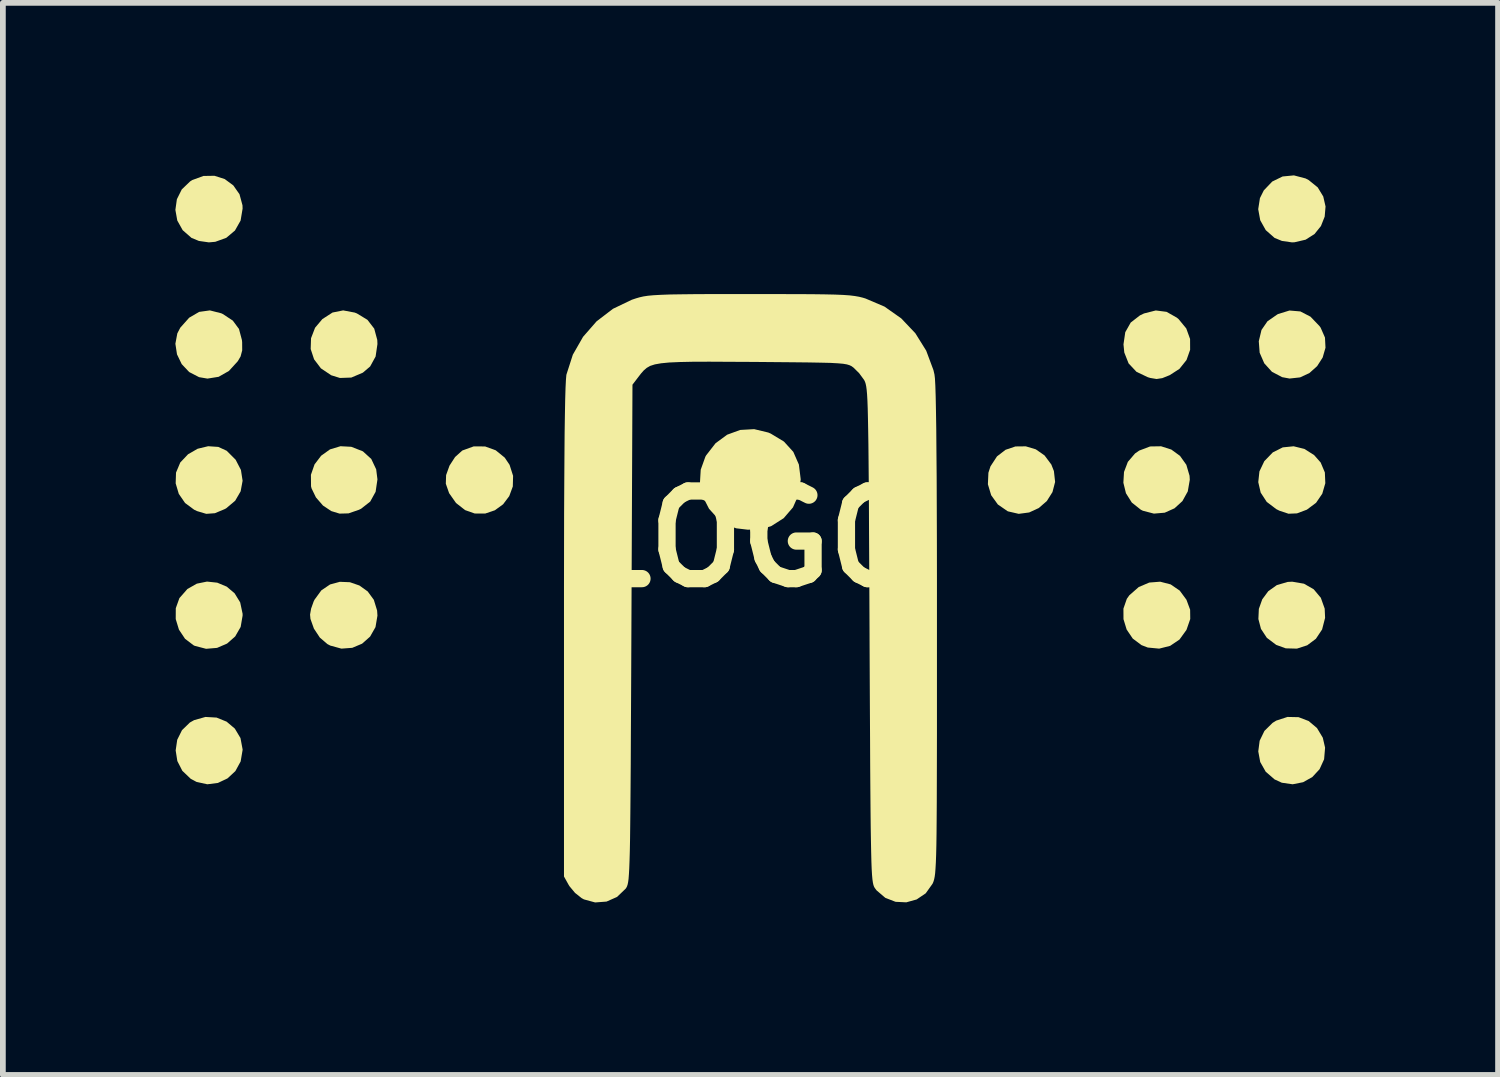
<source format=kicad_pcb>
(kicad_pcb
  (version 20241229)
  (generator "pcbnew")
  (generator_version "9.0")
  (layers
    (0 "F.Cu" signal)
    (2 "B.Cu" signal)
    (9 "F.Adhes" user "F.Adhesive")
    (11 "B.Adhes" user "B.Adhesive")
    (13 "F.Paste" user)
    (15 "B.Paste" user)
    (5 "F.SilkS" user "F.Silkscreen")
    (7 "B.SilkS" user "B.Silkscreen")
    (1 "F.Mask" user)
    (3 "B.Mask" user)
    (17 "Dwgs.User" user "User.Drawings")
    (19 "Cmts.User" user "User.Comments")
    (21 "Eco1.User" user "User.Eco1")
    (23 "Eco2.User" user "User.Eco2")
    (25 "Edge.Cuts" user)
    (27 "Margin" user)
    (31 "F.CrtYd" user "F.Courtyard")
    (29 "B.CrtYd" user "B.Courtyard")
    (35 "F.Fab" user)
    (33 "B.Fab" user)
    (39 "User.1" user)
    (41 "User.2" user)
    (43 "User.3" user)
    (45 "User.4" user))
  (footprint "LOGO"
    (layer "F.Cu")
    (at 10.001 6.323)
    (property "Reference" "LOGO" (at 0 0 0) (layer "F.SilkS") (effects (font (size 1.524 1.524) (thickness 0.3))))
    (attr board_only exclude_from_pos_files exclude_from_bom)
    (fp_poly (pts (xy -6.882 -3.937) (xy -6.844 -3.922) (xy -6.661 -3.811) (xy -6.543 -3.658) (xy -6.49 -3.461) (xy -6.487 -3.39) (xy -6.519 -3.173) (xy -6.614 -3) (xy -6.741 -2.892) (xy -6.941 -2.807) (xy -7.14 -2.8) (xy -7.291 -2.847) (xy -7.47 -2.967) (xy -7.589 -3.124) (xy -7.648 -3.303) (xy -7.642 -3.491) (xy -7.572 -3.673) (xy -7.445 -3.824) (xy -7.268 -3.938) (xy -7.083 -3.975)) (stroke (width 0) (type solid)) (fill yes) (layer "F.SilkS"))
    (fp_poly (pts (xy 9.532 3.099) (xy 9.707 3.166) (xy 9.852 3.288) (xy 9.953 3.456) (xy 9.993 3.629) (xy 9.976 3.831) (xy 9.897 4.004) (xy 9.771 4.14) (xy 9.611 4.23) (xy 9.429 4.266) (xy 9.24 4.239) (xy 9.114 4.181) (xy 8.96 4.047) (xy 8.865 3.879) (xy 8.831 3.694) (xy 8.855 3.509) (xy 8.938 3.338) (xy 9.08 3.198) (xy 9.143 3.159) (xy 9.339 3.095)) (stroke (width 0) (type solid)) (fill yes) (layer "F.SilkS"))
    (fp_poly (pts (xy 9.626 0.778) (xy 9.795 0.875) (xy 9.919 1.023) (xy 9.986 1.211) (xy 9.993 1.372) (xy 9.941 1.574) (xy 9.833 1.736) (xy 9.682 1.849) (xy 9.503 1.907) (xy 9.309 1.902) (xy 9.143 1.842) (xy 8.98 1.719) (xy 8.878 1.564) (xy 8.833 1.392) (xy 8.841 1.216) (xy 8.9 1.05) (xy 9.005 0.908) (xy 9.154 0.802) (xy 9.343 0.747) (xy 9.422 0.743)) (stroke (width 0) (type solid)) (fill yes) (layer "F.SilkS"))
    (fp_poly (pts (xy -9.285 3.106) (xy -9.11 3.177) (xy -8.967 3.298) (xy -8.869 3.462) (xy -8.832 3.659) (xy -8.832 3.669) (xy -8.866 3.869) (xy -8.958 4.037) (xy -9.095 4.164) (xy -9.262 4.243) (xy -9.446 4.266) (xy -9.633 4.225) (xy -9.734 4.171) (xy -9.88 4.032) (xy -9.967 3.862) (xy -9.996 3.677) (xy -9.969 3.492) (xy -9.886 3.325) (xy -9.749 3.192) (xy -9.676 3.151) (xy -9.478 3.095)) (stroke (width 0) (type solid)) (fill yes) (layer "F.SilkS"))
    (fp_poly (pts (xy -9.143 -6.259) (xy -8.994 -6.149) (xy -8.886 -5.995) (xy -8.834 -5.803) (xy -8.832 -5.745) (xy -8.867 -5.537) (xy -8.965 -5.364) (xy -9.116 -5.237) (xy -9.307 -5.168) (xy -9.418 -5.158) (xy -9.592 -5.183) (xy -9.721 -5.236) (xy -9.874 -5.37) (xy -9.968 -5.538) (xy -10.001 -5.723) (xy -9.975 -5.908) (xy -9.89 -6.079) (xy -9.745 -6.218) (xy -9.707 -6.242) (xy -9.514 -6.313) (xy -9.321 -6.316)) (stroke (width 0) (type solid)) (fill yes) (layer "F.SilkS"))
    (fp_poly (pts (xy -6.942 -1.603) (xy -6.74 -1.524) (xy -6.594 -1.391) (xy -6.509 -1.211) (xy -6.487 -1.036) (xy -6.519 -0.82) (xy -6.613 -0.65) (xy -6.771 -0.526) (xy -6.81 -0.507) (xy -6.99 -0.445) (xy -7.146 -0.441) (xy -7.29 -0.485) (xy -7.434 -0.581) (xy -7.557 -0.723) (xy -7.633 -0.88) (xy -7.642 -0.916) (xy -7.644 -1.116) (xy -7.581 -1.297) (xy -7.466 -1.448) (xy -7.312 -1.558) (xy -7.13 -1.613)) (stroke (width 0) (type solid)) (fill yes) (layer "F.SilkS"))
    (fp_poly (pts (xy -4.615 -1.609) (xy -4.43 -1.542) (xy -4.274 -1.415) (xy -4.189 -1.289) (xy -4.128 -1.098) (xy -4.133 -0.913) (xy -4.195 -0.745) (xy -4.302 -0.603) (xy -4.445 -0.499) (xy -4.613 -0.442) (xy -4.796 -0.443) (xy -4.963 -0.502) (xy -5.121 -0.626) (xy -5.241 -0.797) (xy -5.298 -0.961) (xy -5.293 -1.111) (xy -5.234 -1.275) (xy -5.137 -1.425) (xy -5.016 -1.534) (xy -5.007 -1.54) (xy -4.813 -1.61)) (stroke (width 0) (type solid)) (fill yes) (layer "F.SilkS"))
    (fp_poly (pts (xy 4.962 -1.559) (xy 5.114 -1.453) (xy 5.232 -1.295) (xy 5.277 -1.181) (xy 5.298 -0.992) (xy 5.252 -0.815) (xy 5.154 -0.66) (xy 5.014 -0.538) (xy 4.847 -0.461) (xy 4.665 -0.437) (xy 4.479 -0.48) (xy 4.47 -0.484) (xy 4.302 -0.6) (xy 4.186 -0.761) (xy 4.129 -0.951) (xy 4.138 -1.152) (xy 4.174 -1.263) (xy 4.287 -1.436) (xy 4.436 -1.551) (xy 4.608 -1.609) (xy 4.788 -1.611)) (stroke (width 0) (type solid)) (fill yes) (layer "F.SilkS"))
    (fp_poly (pts (xy 7.307 0.79) (xy 7.465 0.898) (xy 7.582 1.057) (xy 7.646 1.23) (xy 7.648 1.392) (xy 7.586 1.571) (xy 7.581 1.583) (xy 7.461 1.749) (xy 7.298 1.859) (xy 7.108 1.907) (xy 6.909 1.888) (xy 6.8 1.846) (xy 6.648 1.732) (xy 6.542 1.575) (xy 6.487 1.395) (xy 6.486 1.211) (xy 6.545 1.041) (xy 6.589 0.979) (xy 6.752 0.836) (xy 6.935 0.758) (xy 7.125 0.743)) (stroke (width 0) (type solid)) (fill yes) (layer "F.SilkS"))
    (fp_poly (pts (xy 7.319 -1.555) (xy 7.47 -1.445) (xy 7.58 -1.29) (xy 7.636 -1.099) (xy 7.64 -1.029) (xy 7.605 -0.827) (xy 7.512 -0.659) (xy 7.374 -0.533) (xy 7.204 -0.457) (xy 7.016 -0.441) (xy 6.824 -0.491) (xy 6.788 -0.509) (xy 6.632 -0.633) (xy 6.53 -0.795) (xy 6.485 -0.978) (xy 6.496 -1.165) (xy 6.563 -1.341) (xy 6.688 -1.487) (xy 6.76 -1.537) (xy 6.95 -1.609) (xy 7.141 -1.612)) (stroke (width 0) (type solid)) (fill yes) (layer "F.SilkS"))
    (fp_poly (pts (xy 9.563 -3.957) (xy 9.739 -3.866) (xy 9.896 -3.702) (xy 9.916 -3.674) (xy 9.991 -3.503) (xy 10 -3.326) (xy 9.951 -3.156) (xy 9.855 -3.006) (xy 9.721 -2.886) (xy 9.558 -2.81) (xy 9.375 -2.79) (xy 9.246 -2.814) (xy 9.069 -2.907) (xy 8.935 -3.055) (xy 8.855 -3.239) (xy 8.84 -3.439) (xy 8.887 -3.635) (xy 8.991 -3.786) (xy 9.161 -3.904) (xy 9.176 -3.912) (xy 9.374 -3.973)) (stroke (width 0) (type solid)) (fill yes) (layer "F.SilkS"))
    (fp_poly (pts (xy 9.633 -1.566) (xy 9.802 -1.459) (xy 9.916 -1.33) (xy 9.989 -1.157) (xy 9.997 -0.97) (xy 9.944 -0.787) (xy 9.836 -0.629) (xy 9.678 -0.511) (xy 9.672 -0.508) (xy 9.504 -0.445) (xy 9.357 -0.439) (xy 9.2 -0.491) (xy 9.144 -0.519) (xy 8.978 -0.645) (xy 8.873 -0.806) (xy 8.831 -0.988) (xy 8.851 -1.175) (xy 8.936 -1.353) (xy 9.084 -1.506) (xy 9.257 -1.593) (xy 9.446 -1.612)) (stroke (width 0) (type solid)) (fill yes) (layer "F.SilkS"))
    (fp_poly (pts (xy 9.653 -6.27) (xy 9.707 -6.242) (xy 9.865 -6.114) (xy 9.961 -5.956) (xy 10.001 -5.782) (xy 9.986 -5.606) (xy 9.921 -5.442) (xy 9.81 -5.304) (xy 9.655 -5.205) (xy 9.462 -5.16) (xy 9.418 -5.158) (xy 9.243 -5.183) (xy 9.114 -5.236) (xy 8.961 -5.371) (xy 8.865 -5.543) (xy 8.83 -5.735) (xy 8.86 -5.928) (xy 8.927 -6.062) (xy 9.074 -6.216) (xy 9.254 -6.304) (xy 9.451 -6.323)) (stroke (width 0) (type solid)) (fill yes) (layer "F.SilkS"))
    (fp_poly (pts (xy -9.273 0.76) (xy -9.108 0.829) (xy -8.971 0.945) (xy -8.874 1.103) (xy -8.832 1.301) (xy -8.832 1.333) (xy -8.866 1.53) (xy -8.961 1.695) (xy -9.102 1.819) (xy -9.276 1.894) (xy -9.467 1.91) (xy -9.663 1.859) (xy -9.683 1.85) (xy -9.833 1.736) (xy -9.939 1.577) (xy -9.995 1.393) (xy -9.994 1.204) (xy -9.932 1.031) (xy -9.928 1.025) (xy -9.792 0.87) (xy -9.628 0.777) (xy -9.451 0.741)) (stroke (width 0) (type solid)) (fill yes) (layer "F.SilkS"))
    (fp_poly (pts (xy -9.254 -1.601) (xy -9.109 -1.534) (xy -8.953 -1.378) (xy -8.861 -1.2) (xy -8.832 -1.012) (xy -8.866 -0.829) (xy -8.961 -0.665) (xy -9.118 -0.533) (xy -9.144 -0.519) (xy -9.314 -0.448) (xy -9.464 -0.437) (xy -9.625 -0.485) (xy -9.675 -0.509) (xy -9.833 -0.626) (xy -9.942 -0.785) (xy -9.996 -0.967) (xy -9.99 -1.154) (xy -9.917 -1.328) (xy -9.916 -1.33) (xy -9.781 -1.473) (xy -9.614 -1.569) (xy -9.431 -1.613)) (stroke (width 0) (type solid)) (fill yes) (layer "F.SilkS"))
    (fp_poly (pts (xy -9.204 -3.925) (xy -9.176 -3.912) (xy -9.002 -3.797) (xy -8.895 -3.652) (xy -8.844 -3.46) (xy -8.84 -3.422) (xy -8.839 -3.28) (xy -8.867 -3.174) (xy -8.916 -3.091) (xy -9.07 -2.922) (xy -9.249 -2.82) (xy -9.443 -2.789) (xy -9.589 -2.814) (xy -9.761 -2.903) (xy -9.891 -3.041) (xy -9.973 -3.211) (xy -10.001 -3.395) (xy -9.967 -3.576) (xy -9.916 -3.674) (xy -9.761 -3.848) (xy -9.588 -3.949) (xy -9.401 -3.975)) (stroke (width 0) (type solid)) (fill yes) (layer "F.SilkS"))
    (fp_poly (pts (xy 7.236 -3.95) (xy 7.413 -3.85) (xy 7.445 -3.824) (xy 7.579 -3.661) (xy 7.645 -3.478) (xy 7.646 -3.29) (xy 7.583 -3.112) (xy 7.46 -2.958) (xy 7.291 -2.849) (xy 7.162 -2.797) (xy 7.062 -2.782) (xy 6.954 -2.8) (xy 6.91 -2.813) (xy 6.713 -2.907) (xy 6.576 -3.053) (xy 6.501 -3.243) (xy 6.487 -3.384) (xy 6.518 -3.596) (xy 6.613 -3.764) (xy 6.773 -3.888) (xy 6.844 -3.922) (xy 7.049 -3.974)) (stroke (width 0) (type solid)) (fill yes) (layer "F.SilkS"))
    (fp_poly (pts (xy -6.966 0.752) (xy -6.801 0.809) (xy -6.657 0.912) (xy -6.55 1.058) (xy -6.493 1.244) (xy -6.487 1.333) (xy -6.521 1.533) (xy -6.615 1.698) (xy -6.754 1.821) (xy -6.925 1.893) (xy -7.114 1.907) (xy -7.307 1.854) (xy -7.357 1.828) (xy -7.488 1.716) (xy -7.592 1.559) (xy -7.652 1.39) (xy -7.659 1.315) (xy -7.641 1.212) (xy -7.597 1.088) (xy -7.582 1.057) (xy -7.463 0.894) (xy -7.311 0.791) (xy -7.141 0.745)) (stroke (width 0) (type solid)) (fill yes) (layer "F.SilkS"))
    (fp_poly (pts (xy 0.31 -1.851) (xy 0.352 -1.833) (xy 0.582 -1.694) (xy 0.745 -1.515) (xy 0.842 -1.294) (xy 0.874 -1.036) (xy 0.84 -0.777) (xy 0.739 -0.549) (xy 0.577 -0.361) (xy 0.363 -0.225) (xy 0.343 -0.217) (xy 0.165 -0.171) (xy -0.044 -0.161) (xy -0.245 -0.185) (xy -0.352 -0.219) (xy -0.561 -0.348) (xy -0.721 -0.526) (xy -0.829 -0.738) (xy -0.879 -0.969) (xy -0.865 -1.205) (xy -0.784 -1.431) (xy -0.771 -1.454) (xy -0.607 -1.665) (xy -0.406 -1.813) (xy -0.179 -1.896) (xy 0.064 -1.91)) (stroke (width 0) (type solid)) (fill yes) (layer "F.SilkS"))
    (fp_poly (pts (xy 0.418 -4.259) (xy 0.767 -4.258) (xy 1.053 -4.257) (xy 1.284 -4.254) (xy 1.468 -4.25) (xy 1.613 -4.244) (xy 1.726 -4.236) (xy 1.815 -4.225) (xy 1.889 -4.212) (xy 1.954 -4.196) (xy 2 -4.182) (xy 2.331 -4.041) (xy 2.622 -3.836) (xy 2.867 -3.578) (xy 3.056 -3.275) (xy 3.182 -2.937) (xy 3.2 -2.86) (xy 3.208 -2.793) (xy 3.215 -2.666) (xy 3.221 -2.479) (xy 3.226 -2.23) (xy 3.231 -1.915) (xy 3.234 -1.535) (xy 3.238 -1.086) (xy 3.24 -0.566) (xy 3.242 0.025) (xy 3.243 0.69) (xy 3.243 1.431) (xy 3.243 1.592) (xy 3.243 2.259) (xy 3.243 2.853) (xy 3.243 3.378) (xy 3.242 3.838) (xy 3.241 4.238) (xy 3.24 4.582) (xy 3.238 4.875) (xy 3.236 5.121) (xy 3.233 5.325) (xy 3.229 5.492) (xy 3.224 5.625) (xy 3.218 5.73) (xy 3.212 5.81) (xy 3.204 5.871) (xy 3.195 5.916) (xy 3.185 5.951) (xy 3.174 5.98) (xy 3.165 5.998) (xy 3.048 6.162) (xy 2.89 6.269) (xy 2.71 6.319) (xy 2.523 6.31) (xy 2.345 6.241) (xy 2.193 6.111) (xy 2.172 6.083) (xy 2.159 6.065) (xy 2.148 6.044) (xy 2.138 6.016) (xy 2.129 5.975) (xy 2.121 5.919) (xy 2.114 5.842) (xy 2.108 5.74) (xy 2.103 5.609) (xy 2.099 5.444) (xy 2.095 5.241) (xy 2.091 4.995) (xy 2.088 4.703) (xy 2.085 4.358) (xy 2.082 3.958) (xy 2.08 3.498) (xy 2.077 2.973) (xy 2.074 2.379) (xy 2.071 1.712) (xy 2.071 1.668) (xy 2.068 0.995) (xy 2.065 0.396) (xy 2.062 -0.133) (xy 2.06 -0.598) (xy 2.057 -1.002) (xy 2.054 -1.35) (xy 2.051 -1.647) (xy 2.047 -1.896) (xy 2.043 -2.103) (xy 2.039 -2.272) (xy 2.034 -2.406) (xy 2.028 -2.512) (xy 2.021 -2.592) (xy 2.013 -2.652) (xy 2.004 -2.696) (xy 1.994 -2.728) (xy 1.983 -2.753) (xy 1.973 -2.77) (xy 1.89 -2.883) (xy 1.793 -2.979) (xy 1.785 -2.985) (xy 1.756 -3.006) (xy 1.722 -3.022) (xy 1.676 -3.036) (xy 1.611 -3.047) (xy 1.519 -3.055) (xy 1.393 -3.062) (xy 1.225 -3.066) (xy 1.007 -3.07) (xy 0.733 -3.073) (xy 0.394 -3.076) (xy 0.058 -3.079) (xy -0.364 -3.081) (xy -0.714 -3.083) (xy -1.001 -3.082) (xy -1.232 -3.077) (xy -1.414 -3.069) (xy -1.556 -3.055) (xy -1.663 -3.036) (xy -1.744 -3.01) (xy -1.805 -2.975) (xy -1.855 -2.932) (xy -1.901 -2.88) (xy -1.939 -2.831) (xy -2.052 -2.683) (xy -2.071 1.645) (xy -2.074 2.319) (xy -2.077 2.919) (xy -2.08 3.45) (xy -2.082 3.916) (xy -2.085 4.322) (xy -2.088 4.671) (xy -2.091 4.968) (xy -2.094 5.218) (xy -2.098 5.426) (xy -2.103 5.594) (xy -2.108 5.728) (xy -2.114 5.833) (xy -2.12 5.912) (xy -2.128 5.97) (xy -2.137 6.012) (xy -2.147 6.041) (xy -2.158 6.063) (xy -2.17 6.081) (xy -2.172 6.083) (xy -2.32 6.225) (xy -2.503 6.306) (xy -2.701 6.321) (xy -2.896 6.268) (xy -2.936 6.246) (xy -3.051 6.155) (xy -3.148 6.038) (xy -3.161 6.017) (xy -3.243 5.87) (xy -3.243 1.609) (xy -3.243 0.85) (xy -3.242 0.168) (xy -3.241 -0.439) (xy -3.238 -0.974) (xy -3.235 -1.439) (xy -3.232 -1.835) (xy -3.227 -2.164) (xy -3.222 -2.428) (xy -3.216 -2.629) (xy -3.209 -2.769) (xy -3.202 -2.85) (xy -3.2 -2.86) (xy -3.089 -3.205) (xy -2.911 -3.516) (xy -2.676 -3.785) (xy -2.391 -4.003) (xy -2.064 -4.16) (xy -1.989 -4.185) (xy -1.927 -4.203) (xy -1.861 -4.218) (xy -1.782 -4.23) (xy -1.683 -4.239) (xy -1.556 -4.246) (xy -1.394 -4.252) (xy -1.189 -4.255) (xy -0.933 -4.258) (xy -0.618 -4.259) (xy -0.237 -4.259) (xy -0.001 -4.259)) (stroke (width 0) (type solid)) (fill yes) (layer "F.SilkS")))
  (gr_rect
    (start -3 -3)
    (end 23.002 15.644)
    (stroke (width 0.1) (type default))
    (fill no)
    (layer "Edge.Cuts")))
</source>
